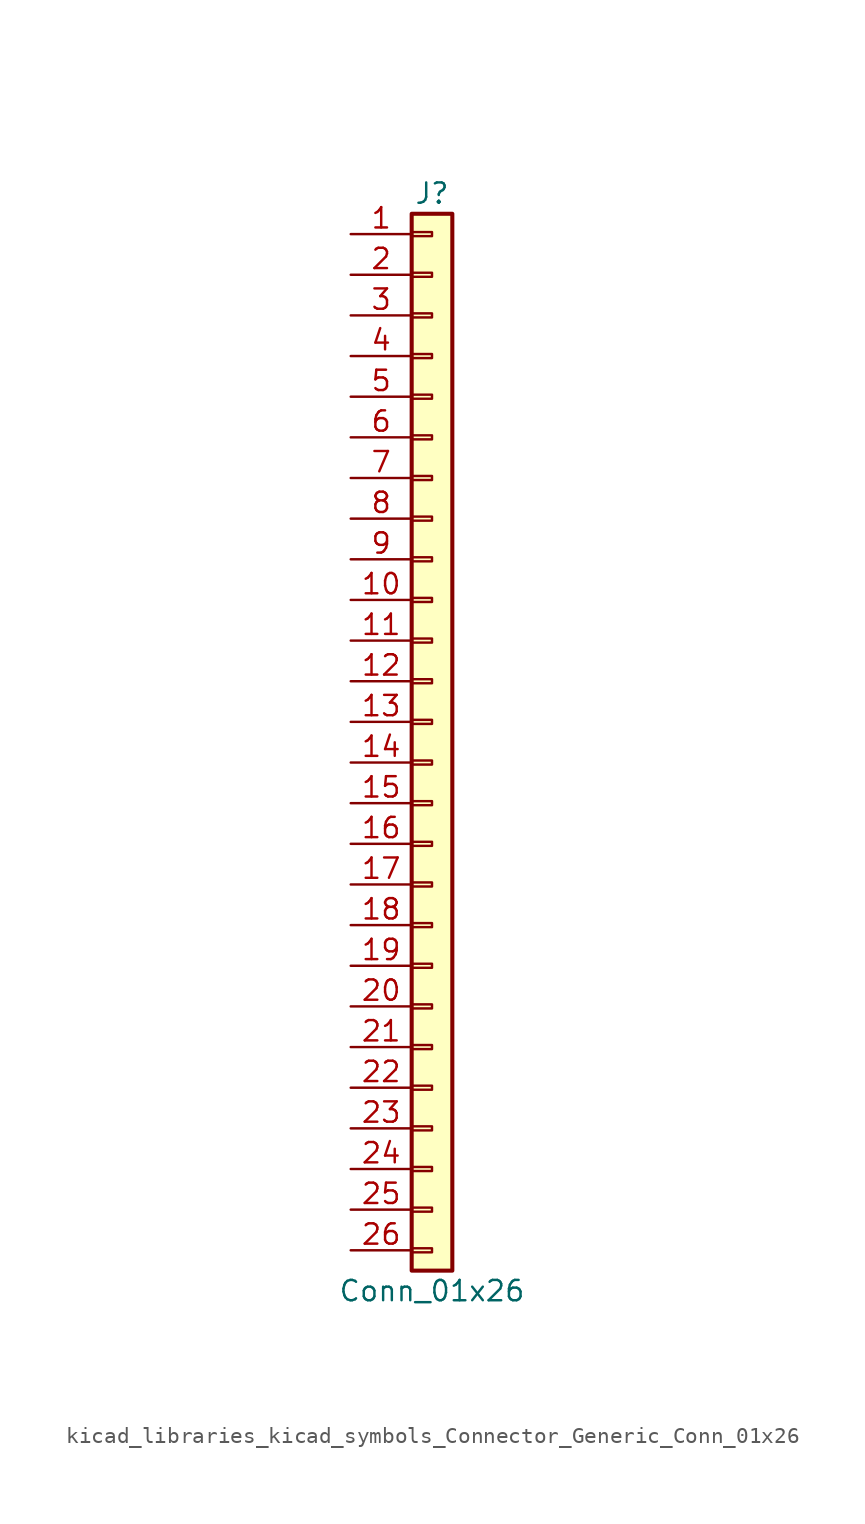
<source format=kicad_sym>
(kicad_symbol_lib
  (version 20220914)
  (generator kicad_symbol_editor)
  (symbol "kicad_libraries_kicad_symbols_Connector_Generic_Conn_01x26"
    (pin_names
      (offset 1.016) hide)
    (property "Reference" "J"
      (at 0 33.02 0)
      (effects (font (size 1.27 1.27))))
    (property "Value" "Conn_01x26"
      (at 0 -35.56 0)
      (effects (font (size 1.27 1.27))))
    (symbol "kicad_libraries_kicad_symbols_Connector_Generic_Conn_01x26_1_1"
      (rectangle (start -1.27 -32.893) (end 0 -33.147) (stroke (width 0.152) (type default)) (fill (type none)))
      (rectangle (start -1.27 -30.353) (end 0 -30.607) (stroke (width 0.152) (type default)) (fill (type none)))
      (rectangle (start -1.27 -27.813) (end 0 -28.067) (stroke (width 0.152) (type default)) (fill (type none)))
      (rectangle (start -1.27 -25.273) (end 0 -25.527) (stroke (width 0.152) (type default)) (fill (type none)))
      (rectangle (start -1.27 -22.733) (end 0 -22.987) (stroke (width 0.152) (type default)) (fill (type none)))
      (rectangle (start -1.27 -20.193) (end 0 -20.447) (stroke (width 0.152) (type default)) (fill (type none)))
      (rectangle (start -1.27 -17.653) (end 0 -17.907) (stroke (width 0.152) (type default)) (fill (type none)))
      (rectangle (start -1.27 -15.113) (end 0 -15.367) (stroke (width 0.152) (type default)) (fill (type none)))
      (rectangle (start -1.27 -12.573) (end 0 -12.827) (stroke (width 0.152) (type default)) (fill (type none)))
      (rectangle (start -1.27 -10.033) (end 0 -10.287) (stroke (width 0.152) (type default)) (fill (type none)))
      (rectangle (start -1.27 -7.493) (end 0 -7.747) (stroke (width 0.152) (type default)) (fill (type none)))
      (rectangle (start -1.27 -4.953) (end 0 -5.207) (stroke (width 0.152) (type default)) (fill (type none)))
      (rectangle (start -1.27 -2.413) (end 0 -2.667) (stroke (width 0.152) (type default)) (fill (type none)))
      (rectangle (start -1.27 0.127) (end 0 -0.127) (stroke (width 0.152) (type default)) (fill (type none)))
      (rectangle (start -1.27 2.667) (end 0 2.413) (stroke (width 0.152) (type default)) (fill (type none)))
      (rectangle (start -1.27 5.207) (end 0 4.953) (stroke (width 0.152) (type default)) (fill (type none)))
      (rectangle (start -1.27 7.747) (end 0 7.493) (stroke (width 0.152) (type default)) (fill (type none)))
      (rectangle (start -1.27 10.287) (end 0 10.033) (stroke (width 0.152) (type default)) (fill (type none)))
      (rectangle (start -1.27 12.827) (end 0 12.573) (stroke (width 0.152) (type default)) (fill (type none)))
      (rectangle (start -1.27 15.367) (end 0 15.113) (stroke (width 0.152) (type default)) (fill (type none)))
      (rectangle (start -1.27 17.907) (end 0 17.653) (stroke (width 0.152) (type default)) (fill (type none)))
      (rectangle (start -1.27 20.447) (end 0 20.193) (stroke (width 0.152) (type default)) (fill (type none)))
      (rectangle (start -1.27 22.987) (end 0 22.733) (stroke (width 0.152) (type default)) (fill (type none)))
      (rectangle (start -1.27 25.527) (end 0 25.273) (stroke (width 0.152) (type default)) (fill (type none)))
      (rectangle (start -1.27 28.067) (end 0 27.813) (stroke (width 0.152) (type default)) (fill (type none)))
      (rectangle (start -1.27 30.607) (end 0 30.353) (stroke (width 0.152) (type default)) (fill (type none)))
      (rectangle (start -1.27 31.75) (end 1.27 -34.29) (stroke (width 0.254) (type default)) (fill (type background)))
      (pin passive line (at -5.08 30.48 0) (length 3.81) (name "Pin_1" (effects (font (size 1.27 1.27)))) (number "1" (effects (font (size 1.27 1.27)))))
      (pin passive line (at -5.08 7.62 0) (length 3.81) (name "Pin_10" (effects (font (size 1.27 1.27)))) (number "10" (effects (font (size 1.27 1.27)))))
      (pin passive line (at -5.08 5.08 0) (length 3.81) (name "Pin_11" (effects (font (size 1.27 1.27)))) (number "11" (effects (font (size 1.27 1.27)))))
      (pin passive line (at -5.08 2.54 0) (length 3.81) (name "Pin_12" (effects (font (size 1.27 1.27)))) (number "12" (effects (font (size 1.27 1.27)))))
      (pin passive line (at -5.08 0 0) (length 3.81) (name "Pin_13" (effects (font (size 1.27 1.27)))) (number "13" (effects (font (size 1.27 1.27)))))
      (pin passive line (at -5.08 -2.54 0) (length 3.81) (name "Pin_14" (effects (font (size 1.27 1.27)))) (number "14" (effects (font (size 1.27 1.27)))))
      (pin passive line (at -5.08 -5.08 0) (length 3.81) (name "Pin_15" (effects (font (size 1.27 1.27)))) (number "15" (effects (font (size 1.27 1.27)))))
      (pin passive line (at -5.08 -7.62 0) (length 3.81) (name "Pin_16" (effects (font (size 1.27 1.27)))) (number "16" (effects (font (size 1.27 1.27)))))
      (pin passive line (at -5.08 -10.16 0) (length 3.81) (name "Pin_17" (effects (font (size 1.27 1.27)))) (number "17" (effects (font (size 1.27 1.27)))))
      (pin passive line (at -5.08 -12.7 0) (length 3.81) (name "Pin_18" (effects (font (size 1.27 1.27)))) (number "18" (effects (font (size 1.27 1.27)))))
      (pin passive line (at -5.08 -15.24 0) (length 3.81) (name "Pin_19" (effects (font (size 1.27 1.27)))) (number "19" (effects (font (size 1.27 1.27)))))
      (pin passive line (at -5.08 27.94 0) (length 3.81) (name "Pin_2" (effects (font (size 1.27 1.27)))) (number "2" (effects (font (size 1.27 1.27)))))
      (pin passive line (at -5.08 -17.78 0) (length 3.81) (name "Pin_20" (effects (font (size 1.27 1.27)))) (number "20" (effects (font (size 1.27 1.27)))))
      (pin passive line (at -5.08 -20.32 0) (length 3.81) (name "Pin_21" (effects (font (size 1.27 1.27)))) (number "21" (effects (font (size 1.27 1.27)))))
      (pin passive line (at -5.08 -22.86 0) (length 3.81) (name "Pin_22" (effects (font (size 1.27 1.27)))) (number "22" (effects (font (size 1.27 1.27)))))
      (pin passive line (at -5.08 -25.4 0) (length 3.81) (name "Pin_23" (effects (font (size 1.27 1.27)))) (number "23" (effects (font (size 1.27 1.27)))))
      (pin passive line (at -5.08 -27.94 0) (length 3.81) (name "Pin_24" (effects (font (size 1.27 1.27)))) (number "24" (effects (font (size 1.27 1.27)))))
      (pin passive line (at -5.08 -30.48 0) (length 3.81) (name "Pin_25" (effects (font (size 1.27 1.27)))) (number "25" (effects (font (size 1.27 1.27)))))
      (pin passive line (at -5.08 -33.02 0) (length 3.81) (name "Pin_26" (effects (font (size 1.27 1.27)))) (number "26" (effects (font (size 1.27 1.27)))))
      (pin passive line (at -5.08 25.4 0) (length 3.81) (name "Pin_3" (effects (font (size 1.27 1.27)))) (number "3" (effects (font (size 1.27 1.27)))))
      (pin passive line (at -5.08 22.86 0) (length 3.81) (name "Pin_4" (effects (font (size 1.27 1.27)))) (number "4" (effects (font (size 1.27 1.27)))))
      (pin passive line (at -5.08 20.32 0) (length 3.81) (name "Pin_5" (effects (font (size 1.27 1.27)))) (number "5" (effects (font (size 1.27 1.27)))))
      (pin passive line (at -5.08 17.78 0) (length 3.81) (name "Pin_6" (effects (font (size 1.27 1.27)))) (number "6" (effects (font (size 1.27 1.27)))))
      (pin passive line (at -5.08 15.24 0) (length 3.81) (name "Pin_7" (effects (font (size 1.27 1.27)))) (number "7" (effects (font (size 1.27 1.27)))))
      (pin passive line (at -5.08 12.7 0) (length 3.81) (name "Pin_8" (effects (font (size 1.27 1.27)))) (number "8" (effects (font (size 1.27 1.27)))))
      (pin passive line (at -5.08 10.16 0) (length 3.81) (name "Pin_9" (effects (font (size 1.27 1.27)))) (number "9" (effects (font (size 1.27 1.27))))))))
</source>
